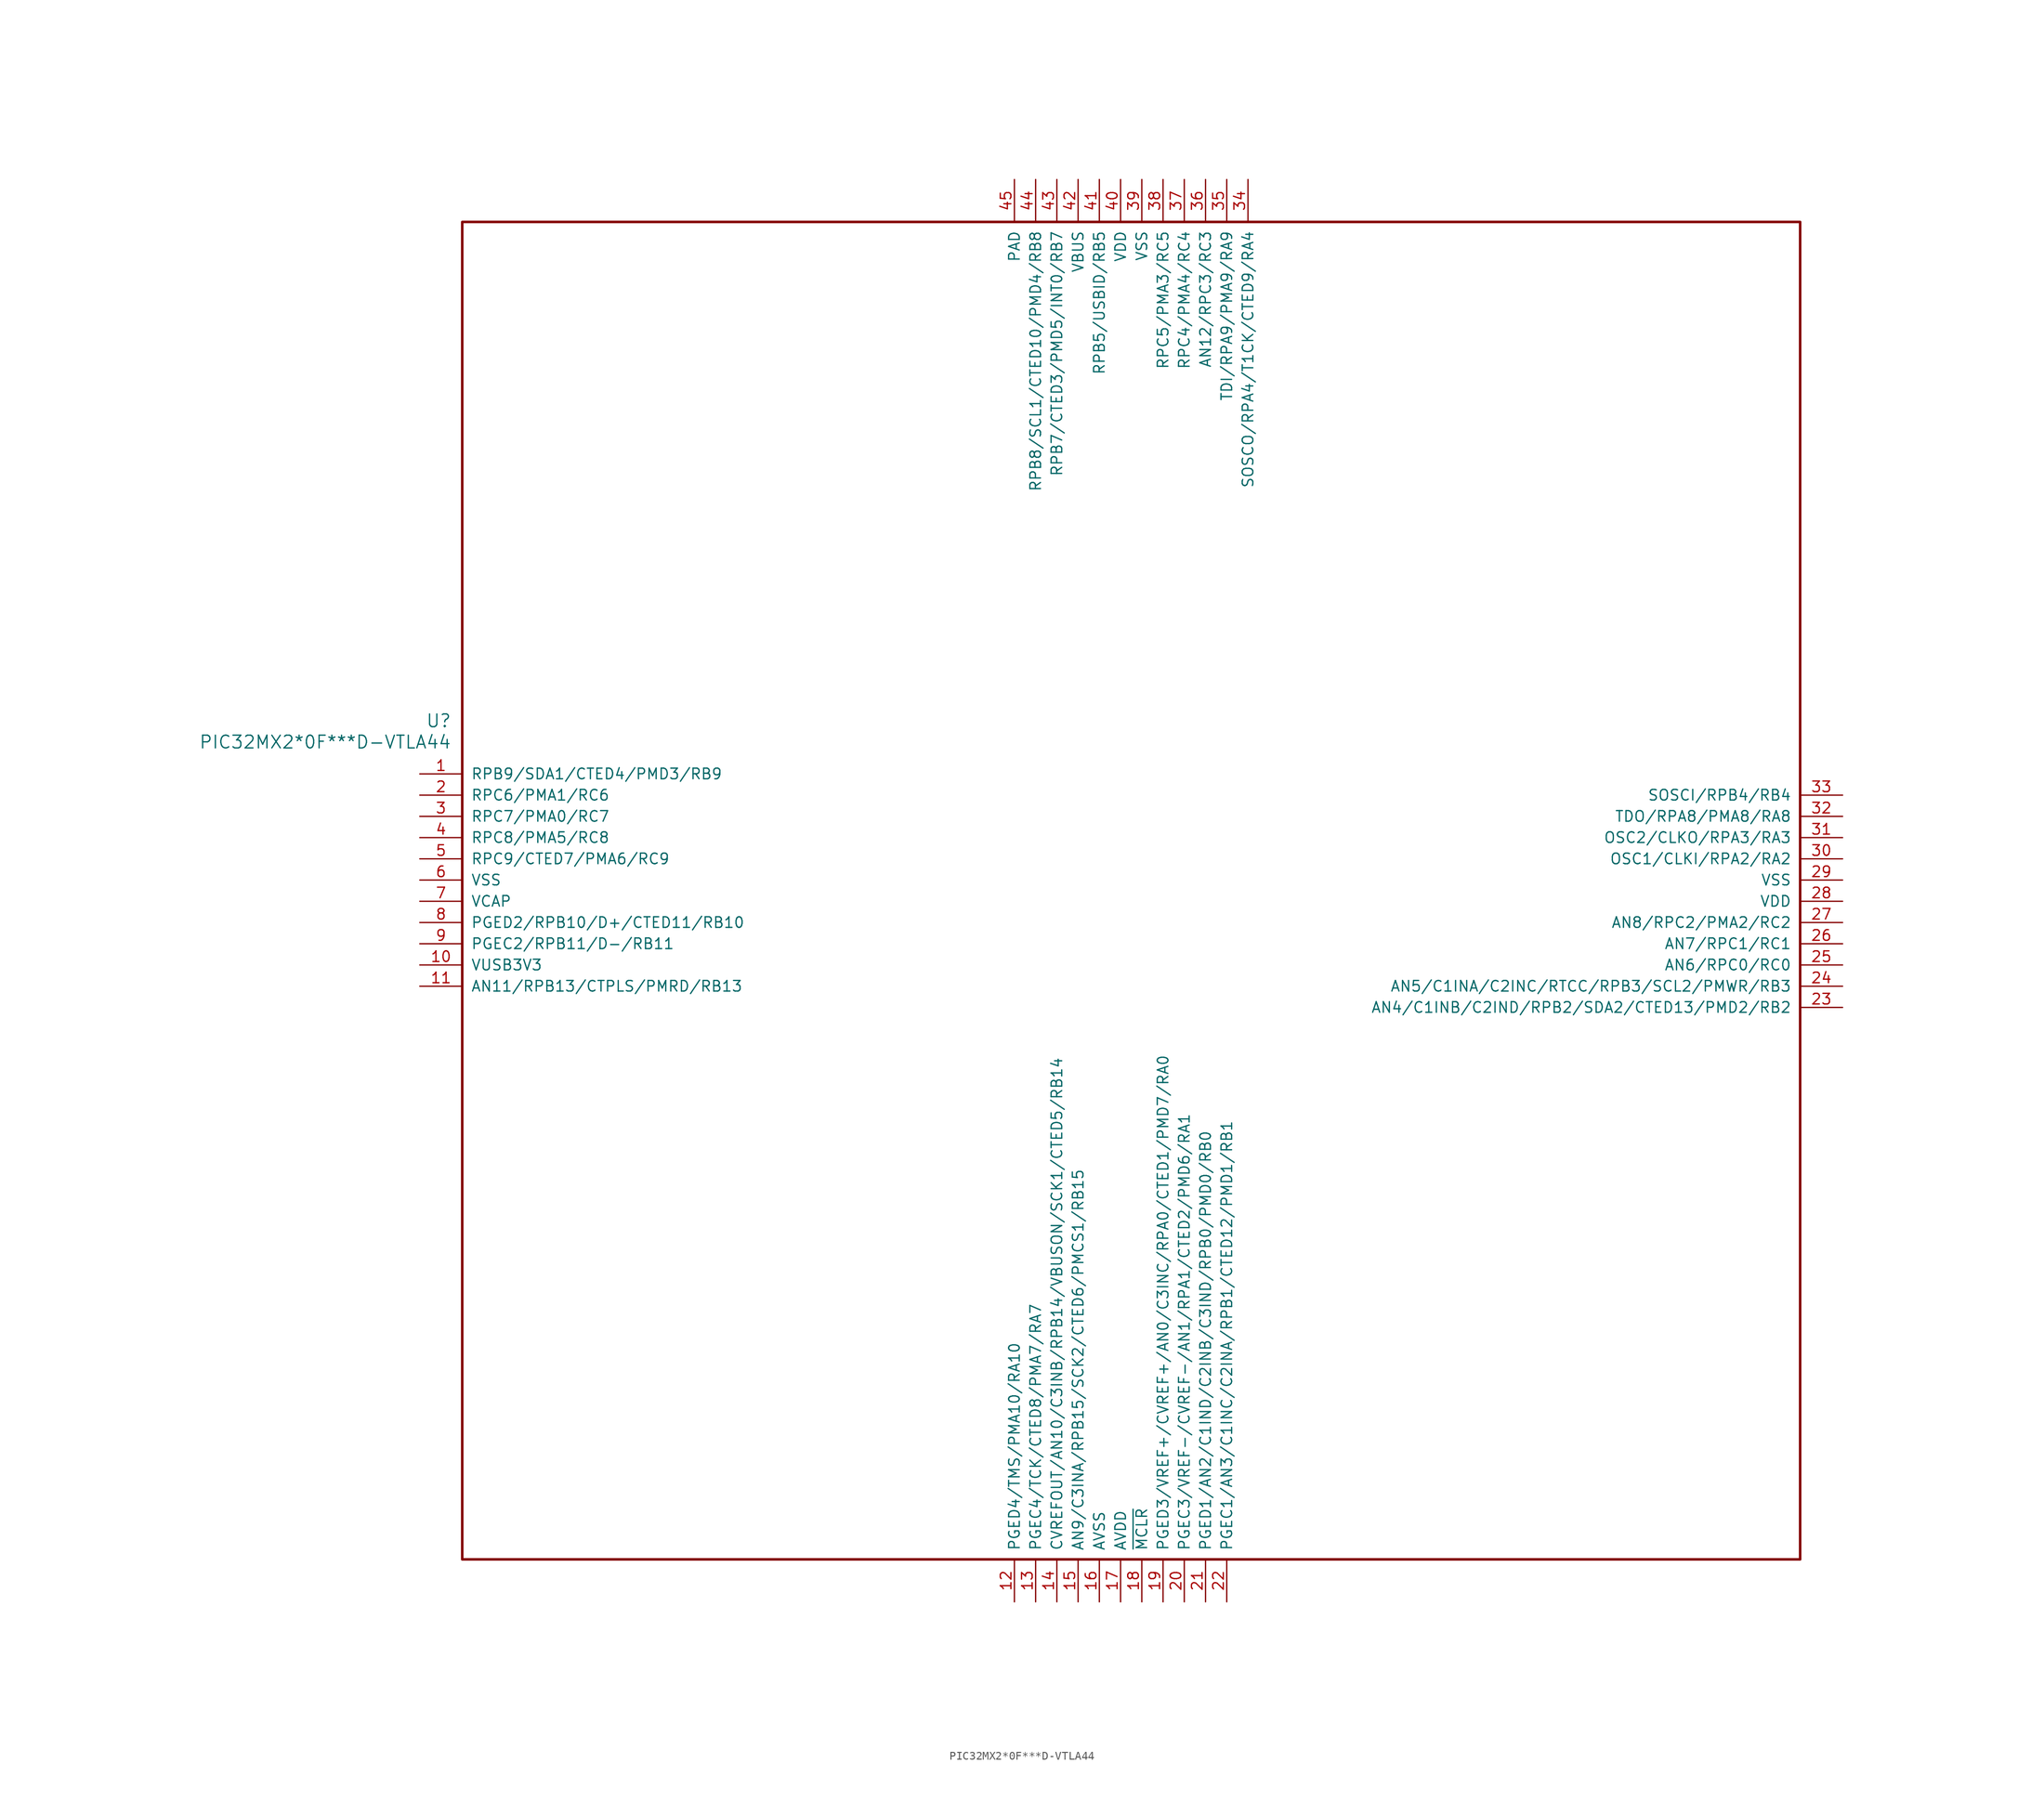
<source format=kicad_sym>
(kicad_symbol_lib
  (version 20241209)
  (generator "kicad_symbol_editor")
  (generator_version "9.0")
  (symbol "PIC32MX2*0F***D-VTLA44"
    (pin_names
      (offset 1.016))
    (property "Reference" "U"
      (at 3.81 6.35 0)
      (effects (font (size 1.524 1.524)) (justify right)))
    (property "Value" "PIC32MX2*0F***D-VTLA44"
      (at 3.81 3.81 0)
      (effects (font (size 1.524 1.524)) (justify right)))
    (property "ki_locked" ""
      (at 0 0 0)
      (effects (font (size 1.27 1.27))))
    (symbol "PIC32MX2*0F***D-VTLA44_1_1"
      (rectangle (start 5.08 66.04) (end 165.1 -93.98) (stroke (width 0.305) (type solid)) (fill (type none)))
      (pin bidirectional line (at 0 0 0) (length 5.08) (name "RPB9/SDA1/CTED4/PMD3/RB9" (effects (font (size 1.27 1.27)))) (number "1" (effects (font (size 1.27 1.27)))))
      (pin bidirectional line (at 0 -2.54 0) (length 5.08) (name "RPC6/PMA1/RC6" (effects (font (size 1.27 1.27)))) (number "2" (effects (font (size 1.27 1.27)))))
      (pin bidirectional line (at 0 -5.08 0) (length 5.08) (name "RPC7/PMA0/RC7" (effects (font (size 1.27 1.27)))) (number "3" (effects (font (size 1.27 1.27)))))
      (pin bidirectional line (at 0 -7.62 0) (length 5.08) (name "RPC8/PMA5/RC8" (effects (font (size 1.27 1.27)))) (number "4" (effects (font (size 1.27 1.27)))))
      (pin bidirectional line (at 0 -10.16 0) (length 5.08) (name "RPC9/CTED7/PMA6/RC9" (effects (font (size 1.27 1.27)))) (number "5" (effects (font (size 1.27 1.27)))))
      (pin power_in line (at 0 -12.7 0) (length 5.08) (name "VSS" (effects (font (size 1.27 1.27)))) (number "6" (effects (font (size 1.27 1.27)))))
      (pin power_out line (at 0 -15.24 0) (length 5.08) (name "VCAP" (effects (font (size 1.27 1.27)))) (number "7" (effects (font (size 1.27 1.27)))))
      (pin bidirectional line (at 0 -17.78 0) (length 5.08) (name "PGED2/RPB10/D+/CTED11/RB10" (effects (font (size 1.27 1.27)))) (number "8" (effects (font (size 1.27 1.27)))))
      (pin bidirectional line (at 0 -20.32 0) (length 5.08) (name "PGEC2/RPB11/D-/RB11" (effects (font (size 1.27 1.27)))) (number "9" (effects (font (size 1.27 1.27)))))
      (pin power_in line (at 0 -22.86 0) (length 5.08) (name "VUSB3V3" (effects (font (size 1.27 1.27)))) (number "10" (effects (font (size 1.27 1.27)))))
      (pin bidirectional line (at 0 -25.4 0) (length 5.08) (name "AN11/RPB13/CTPLS/PMRD/RB13" (effects (font (size 1.27 1.27)))) (number "11" (effects (font (size 1.27 1.27)))))
      (pin power_in line (at 71.12 71.12 270) (length 5.08) (name "PAD" (effects (font (size 1.27 1.27)))) (number "45" (effects (font (size 1.27 1.27)))))
      (pin bidirectional line (at 71.12 -99.06 90) (length 5.08) (name "PGED4/TMS/PMA10/RA10" (effects (font (size 1.27 1.27)))) (number "12" (effects (font (size 1.27 1.27)))))
      (pin bidirectional line (at 73.66 71.12 270) (length 5.08) (name "RPB8/SCL1/CTED10/PMD4/RB8" (effects (font (size 1.27 1.27)))) (number "44" (effects (font (size 1.27 1.27)))))
      (pin bidirectional line (at 73.66 -99.06 90) (length 5.08) (name "PGEC4/TCK/CTED8/PMA7/RA7" (effects (font (size 1.27 1.27)))) (number "13" (effects (font (size 1.27 1.27)))))
      (pin bidirectional line (at 76.2 71.12 270) (length 5.08) (name "RPB7/CTED3/PMD5/INT0/RB7" (effects (font (size 1.27 1.27)))) (number "43" (effects (font (size 1.27 1.27)))))
      (pin bidirectional line (at 76.2 -99.06 90) (length 5.08) (name "CVREFOUT/AN10/C3INB/RPB14/VBUSON/SCK1/CTED5/RB14" (effects (font (size 1.27 1.27)))) (number "14" (effects (font (size 1.27 1.27)))))
      (pin input line (at 78.74 71.12 270) (length 5.08) (name "VBUS" (effects (font (size 1.27 1.27)))) (number "42" (effects (font (size 1.27 1.27)))))
      (pin bidirectional line (at 78.74 -99.06 90) (length 5.08) (name "AN9/C3INA/RPB15/SCK2/CTED6/PMCS1/RB15" (effects (font (size 1.27 1.27)))) (number "15" (effects (font (size 1.27 1.27)))))
      (pin bidirectional line (at 81.28 71.12 270) (length 5.08) (name "RPB5/USBID/RB5" (effects (font (size 1.27 1.27)))) (number "41" (effects (font (size 1.27 1.27)))))
      (pin power_in line (at 81.28 -99.06 90) (length 5.08) (name "AVSS" (effects (font (size 1.27 1.27)))) (number "16" (effects (font (size 1.27 1.27)))))
      (pin power_in line (at 83.82 71.12 270) (length 5.08) (name "VDD" (effects (font (size 1.27 1.27)))) (number "40" (effects (font (size 1.27 1.27)))))
      (pin power_in line (at 83.82 -99.06 90) (length 5.08) (name "AVDD" (effects (font (size 1.27 1.27)))) (number "17" (effects (font (size 1.27 1.27)))))
      (pin power_in line (at 86.36 71.12 270) (length 5.08) (name "VSS" (effects (font (size 1.27 1.27)))) (number "39" (effects (font (size 1.27 1.27)))))
      (pin input line (at 86.36 -99.06 90) (length 5.08) (name "~{MCLR}" (effects (font (size 1.27 1.27)))) (number "18" (effects (font (size 1.27 1.27)))))
      (pin bidirectional line (at 88.9 71.12 270) (length 5.08) (name "RPC5/PMA3/RC5" (effects (font (size 1.27 1.27)))) (number "38" (effects (font (size 1.27 1.27)))))
      (pin bidirectional line (at 88.9 -99.06 90) (length 5.08) (name "PGED3/VREF+/CVREF+/AN0/C3INC/RPA0/CTED1/PMD7/RA0" (effects (font (size 1.27 1.27)))) (number "19" (effects (font (size 1.27 1.27)))))
      (pin bidirectional line (at 91.44 71.12 270) (length 5.08) (name "RPC4/PMA4/RC4" (effects (font (size 1.27 1.27)))) (number "37" (effects (font (size 1.27 1.27)))))
      (pin bidirectional line (at 91.44 -99.06 90) (length 5.08) (name "PGEC3/VREF-/CVREF-/AN1/RPA1/CTED2/PMD6/RA1" (effects (font (size 1.27 1.27)))) (number "20" (effects (font (size 1.27 1.27)))))
      (pin bidirectional line (at 93.98 71.12 270) (length 5.08) (name "AN12/RPC3/RC3" (effects (font (size 1.27 1.27)))) (number "36" (effects (font (size 1.27 1.27)))))
      (pin bidirectional line (at 93.98 -99.06 90) (length 5.08) (name "PGED1/AN2/C1IND/C2INB/C3IND/RPB0/PMD0/RB0" (effects (font (size 1.27 1.27)))) (number "21" (effects (font (size 1.27 1.27)))))
      (pin bidirectional line (at 96.52 71.12 270) (length 5.08) (name "TDI/RPA9/PMA9/RA9" (effects (font (size 1.27 1.27)))) (number "35" (effects (font (size 1.27 1.27)))))
      (pin bidirectional line (at 96.52 -99.06 90) (length 5.08) (name "PGEC1/AN3/C1INC/C2INA/RPB1/CTED12/PMD1/RB1" (effects (font (size 1.27 1.27)))) (number "22" (effects (font (size 1.27 1.27)))))
      (pin bidirectional line (at 99.06 71.12 270) (length 5.08) (name "SOSCO/RPA4/T1CK/CTED9/RA4" (effects (font (size 1.27 1.27)))) (number "34" (effects (font (size 1.27 1.27)))))
      (pin bidirectional line (at 170.18 -2.54 180) (length 5.08) (name "SOSCI/RPB4/RB4" (effects (font (size 1.27 1.27)))) (number "33" (effects (font (size 1.27 1.27)))))
      (pin bidirectional line (at 170.18 -5.08 180) (length 5.08) (name "TDO/RPA8/PMA8/RA8" (effects (font (size 1.27 1.27)))) (number "32" (effects (font (size 1.27 1.27)))))
      (pin bidirectional line (at 170.18 -7.62 180) (length 5.08) (name "OSC2/CLKO/RPA3/RA3" (effects (font (size 1.27 1.27)))) (number "31" (effects (font (size 1.27 1.27)))))
      (pin bidirectional line (at 170.18 -10.16 180) (length 5.08) (name "OSC1/CLKI/RPA2/RA2" (effects (font (size 1.27 1.27)))) (number "30" (effects (font (size 1.27 1.27)))))
      (pin power_in line (at 170.18 -12.7 180) (length 5.08) (name "VSS" (effects (font (size 1.27 1.27)))) (number "29" (effects (font (size 1.27 1.27)))))
      (pin power_in line (at 170.18 -15.24 180) (length 5.08) (name "VDD" (effects (font (size 1.27 1.27)))) (number "28" (effects (font (size 1.27 1.27)))))
      (pin bidirectional line (at 170.18 -17.78 180) (length 5.08) (name "AN8/RPC2/PMA2/RC2" (effects (font (size 1.27 1.27)))) (number "27" (effects (font (size 1.27 1.27)))))
      (pin bidirectional line (at 170.18 -20.32 180) (length 5.08) (name "AN7/RPC1/RC1" (effects (font (size 1.27 1.27)))) (number "26" (effects (font (size 1.27 1.27)))))
      (pin bidirectional line (at 170.18 -22.86 180) (length 5.08) (name "AN6/RPC0/RC0" (effects (font (size 1.27 1.27)))) (number "25" (effects (font (size 1.27 1.27)))))
      (pin bidirectional line (at 170.18 -25.4 180) (length 5.08) (name "AN5/C1INA/C2INC/RTCC/RPB3/SCL2/PMWR/RB3" (effects (font (size 1.27 1.27)))) (number "24" (effects (font (size 1.27 1.27)))))
      (pin bidirectional line (at 170.18 -27.94 180) (length 5.08) (name "AN4/C1INB/C2IND/RPB2/SDA2/CTED13/PMD2/RB2" (effects (font (size 1.27 1.27)))) (number "23" (effects (font (size 1.27 1.27))))))))
</source>
